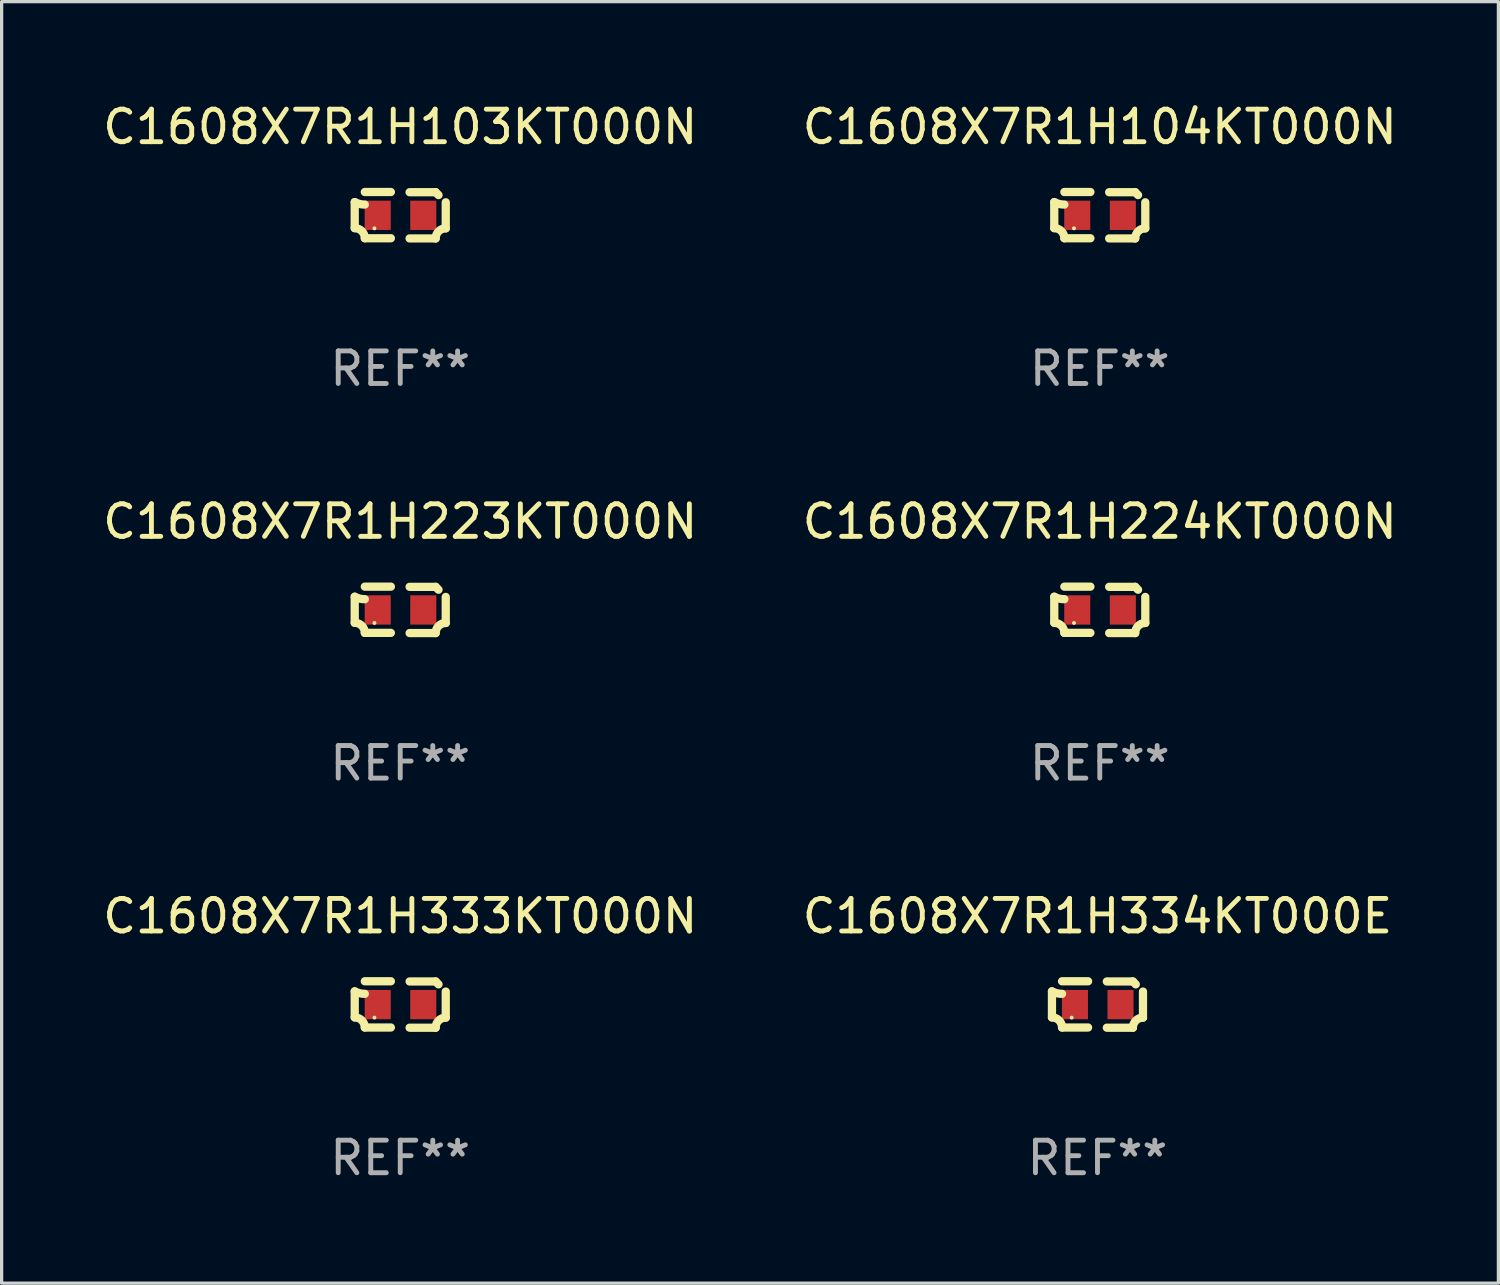
<source format=kicad_pcb>
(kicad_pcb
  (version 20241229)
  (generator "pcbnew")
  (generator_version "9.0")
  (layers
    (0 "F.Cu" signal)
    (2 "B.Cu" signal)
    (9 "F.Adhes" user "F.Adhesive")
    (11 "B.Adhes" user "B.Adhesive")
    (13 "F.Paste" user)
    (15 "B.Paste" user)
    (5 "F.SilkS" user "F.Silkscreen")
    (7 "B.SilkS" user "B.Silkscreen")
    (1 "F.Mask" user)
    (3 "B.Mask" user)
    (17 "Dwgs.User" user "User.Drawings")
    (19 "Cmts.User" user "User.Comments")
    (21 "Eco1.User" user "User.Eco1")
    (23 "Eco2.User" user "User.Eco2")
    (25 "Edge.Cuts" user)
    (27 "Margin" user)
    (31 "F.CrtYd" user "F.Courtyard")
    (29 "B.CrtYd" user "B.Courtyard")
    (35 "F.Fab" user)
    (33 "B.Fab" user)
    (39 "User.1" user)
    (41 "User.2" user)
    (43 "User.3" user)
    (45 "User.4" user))
  (footprint "C1608X7R1H103KT000N"
    (layer "F.Cu")
    (at 9.244 3.561)
    (property "Reference" "C1608X7R1H103KT000N" (at 0 -2.713 0) (layer "F.SilkS") (effects (font (size 1 1) (thickness 0.15))))
    (attr through_hole)
    (fp_line (start -1.398 -0.403) (end -1.398 0.397) (stroke (width 0.254) (type solid)) (layer "F.SilkS"))
    (fp_line (start -0.288 -0.713) (end -1.088 -0.713) (stroke (width 0.254) (type solid)) (layer "F.SilkS"))
    (fp_line (start -0.288 0.707) (end -1.088 0.707) (stroke (width 0.254) (type solid)) (layer "F.SilkS"))
    (fp_line (start 0.288 -0.707) (end 1.088 -0.707) (stroke (width 0.254) (type solid)) (layer "F.SilkS"))
    (fp_line (start 0.288 0.713) (end 1.088 0.713) (stroke (width 0.254) (type solid)) (layer "F.SilkS"))
    (fp_line (start 1.398 -0.397) (end 1.398 0.403) (stroke (width 0.254) (type solid)) (layer "F.SilkS"))
    (fp_arc (start -1.397789 0.397066) (mid -1.178701 0.487826) (end -1.08796 0.706922) (stroke (width 0.254001) (type solid)) (layer "F.SilkS"))
    (fp_arc (start -1.08796 -0.327176) (mid -1.247436 -0.346384) (end -1.39779 -0.402908) (stroke (width 0.254001) (type solid)) (layer "F.SilkS"))
    (fp_arc (start 1.087909 0.712738) (mid 1.178656 0.493655) (end 1.397739 0.402908) (stroke (width 0.254001) (type solid)) (layer "F.SilkS"))
    (fp_arc (start 1.175925 -0.618926) (mid 1.131917 -0.662923) (end 1.08791 -0.706922) (stroke (width 0.254001) (type solid)) (layer "F.SilkS"))
    (fp_circle (center -0.792 0.403) (end -0.762 0.403) (stroke (width 0.06) (type solid)) (fill no) (layer "F.SilkS"))
    (fp_text user "REF**" (at 0 4.713 0) (layer "F.Fab") (effects (font (size 1 1) (thickness 0.15))))
    (pad "1" smd rect (at -0.692 0.003) (size 0.8 0.9) (layers "F.Cu" "F.Mask" "F.Paste"))
    (pad "2" smd rect (at 0.708 0.003) (size 0.8 0.9) (layers "F.Cu" "F.Mask" "F.Paste")))
  (footprint "C1608X7R1H333KT000N"
    (layer "F.Cu")
    (at 9.244 27.805)
    (property "Reference" "C1608X7R1H333KT000N" (at 0 -2.713 0) (layer "F.SilkS") (effects (font (size 1 1) (thickness 0.15))))
    (attr through_hole)
    (fp_line (start -1.398 -0.403) (end -1.398 0.397) (stroke (width 0.254) (type solid)) (layer "F.SilkS"))
    (fp_line (start -0.288 -0.713) (end -1.088 -0.713) (stroke (width 0.254) (type solid)) (layer "F.SilkS"))
    (fp_line (start -0.288 0.707) (end -1.088 0.707) (stroke (width 0.254) (type solid)) (layer "F.SilkS"))
    (fp_line (start 0.288 -0.707) (end 1.088 -0.707) (stroke (width 0.254) (type solid)) (layer "F.SilkS"))
    (fp_line (start 0.288 0.713) (end 1.088 0.713) (stroke (width 0.254) (type solid)) (layer "F.SilkS"))
    (fp_line (start 1.398 -0.397) (end 1.398 0.403) (stroke (width 0.254) (type solid)) (layer "F.SilkS"))
    (fp_arc (start -1.397789 0.397066) (mid -1.178701 0.487826) (end -1.08796 0.706922) (stroke (width 0.254001) (type solid)) (layer "F.SilkS"))
    (fp_arc (start -1.08796 -0.327176) (mid -1.247436 -0.346384) (end -1.39779 -0.402908) (stroke (width 0.254001) (type solid)) (layer "F.SilkS"))
    (fp_arc (start 1.087909 0.712738) (mid 1.178656 0.493655) (end 1.397739 0.402908) (stroke (width 0.254001) (type solid)) (layer "F.SilkS"))
    (fp_arc (start 1.175925 -0.618926) (mid 1.131917 -0.662923) (end 1.08791 -0.706922) (stroke (width 0.254001) (type solid)) (layer "F.SilkS"))
    (fp_circle (center -0.792 0.403) (end -0.762 0.403) (stroke (width 0.06) (type solid)) (fill no) (layer "F.SilkS"))
    (fp_text user "REF**" (at 0 4.713 0) (layer "F.Fab") (effects (font (size 1 1) (thickness 0.15))))
    (pad "1" smd rect (at -0.692 0.003) (size 0.8 0.9) (layers "F.Cu" "F.Mask" "F.Paste"))
    (pad "2" smd rect (at 0.708 0.003) (size 0.8 0.9) (layers "F.Cu" "F.Mask" "F.Paste")))
  (footprint "C1608X7R1H223KT000N"
    (layer "F.Cu")
    (at 9.244 15.683)
    (property "Reference" "C1608X7R1H223KT000N" (at 0 -2.713 0) (layer "F.SilkS") (effects (font (size 1 1) (thickness 0.15))))
    (attr through_hole)
    (fp_line (start -1.398 -0.403) (end -1.398 0.397) (stroke (width 0.254) (type solid)) (layer "F.SilkS"))
    (fp_line (start -0.288 -0.713) (end -1.088 -0.713) (stroke (width 0.254) (type solid)) (layer "F.SilkS"))
    (fp_line (start -0.288 0.707) (end -1.088 0.707) (stroke (width 0.254) (type solid)) (layer "F.SilkS"))
    (fp_line (start 0.288 -0.707) (end 1.088 -0.707) (stroke (width 0.254) (type solid)) (layer "F.SilkS"))
    (fp_line (start 0.288 0.713) (end 1.088 0.713) (stroke (width 0.254) (type solid)) (layer "F.SilkS"))
    (fp_line (start 1.398 -0.397) (end 1.398 0.403) (stroke (width 0.254) (type solid)) (layer "F.SilkS"))
    (fp_arc (start -1.397789 0.397066) (mid -1.178701 0.487826) (end -1.08796 0.706922) (stroke (width 0.254001) (type solid)) (layer "F.SilkS"))
    (fp_arc (start -1.08796 -0.327176) (mid -1.247436 -0.346384) (end -1.39779 -0.402908) (stroke (width 0.254001) (type solid)) (layer "F.SilkS"))
    (fp_arc (start 1.087909 0.712738) (mid 1.178656 0.493655) (end 1.397739 0.402908) (stroke (width 0.254001) (type solid)) (layer "F.SilkS"))
    (fp_arc (start 1.175925 -0.618926) (mid 1.131917 -0.662923) (end 1.08791 -0.706922) (stroke (width 0.254001) (type solid)) (layer "F.SilkS"))
    (fp_circle (center -0.792 0.403) (end -0.762 0.403) (stroke (width 0.06) (type solid)) (fill no) (layer "F.SilkS"))
    (fp_text user "REF**" (at 0 4.713 0) (layer "F.Fab") (effects (font (size 1 1) (thickness 0.15))))
    (pad "1" smd rect (at -0.692 0.003) (size 0.8 0.9) (layers "F.Cu" "F.Mask" "F.Paste"))
    (pad "2" smd rect (at 0.708 0.003) (size 0.8 0.9) (layers "F.Cu" "F.Mask" "F.Paste")))
  (footprint "C1608X7R1H224KT000N"
    (layer "F.Cu")
    (at 30.732 15.683)
    (property "Reference" "C1608X7R1H224KT000N" (at 0 -2.713 0) (layer "F.SilkS") (effects (font (size 1 1) (thickness 0.15))))
    (attr through_hole)
    (fp_line (start -1.398 -0.403) (end -1.398 0.397) (stroke (width 0.254) (type solid)) (layer "F.SilkS"))
    (fp_line (start -0.288 -0.713) (end -1.088 -0.713) (stroke (width 0.254) (type solid)) (layer "F.SilkS"))
    (fp_line (start -0.288 0.707) (end -1.088 0.707) (stroke (width 0.254) (type solid)) (layer "F.SilkS"))
    (fp_line (start 0.288 -0.707) (end 1.088 -0.707) (stroke (width 0.254) (type solid)) (layer "F.SilkS"))
    (fp_line (start 0.288 0.713) (end 1.088 0.713) (stroke (width 0.254) (type solid)) (layer "F.SilkS"))
    (fp_line (start 1.398 -0.397) (end 1.398 0.403) (stroke (width 0.254) (type solid)) (layer "F.SilkS"))
    (fp_arc (start -1.397789 0.397066) (mid -1.178701 0.487826) (end -1.08796 0.706922) (stroke (width 0.254001) (type solid)) (layer "F.SilkS"))
    (fp_arc (start -1.08796 -0.327176) (mid -1.247436 -0.346384) (end -1.39779 -0.402908) (stroke (width 0.254001) (type solid)) (layer "F.SilkS"))
    (fp_arc (start 1.087909 0.712738) (mid 1.178656 0.493655) (end 1.397739 0.402908) (stroke (width 0.254001) (type solid)) (layer "F.SilkS"))
    (fp_arc (start 1.175925 -0.618926) (mid 1.131917 -0.662923) (end 1.08791 -0.706922) (stroke (width 0.254001) (type solid)) (layer "F.SilkS"))
    (fp_circle (center -0.792 0.403) (end -0.762 0.403) (stroke (width 0.06) (type solid)) (fill no) (layer "F.SilkS"))
    (fp_text user "REF**" (at 0 4.713 0) (layer "F.Fab") (effects (font (size 1 1) (thickness 0.15))))
    (pad "1" smd rect (at -0.692 0.003) (size 0.8 0.9) (layers "F.Cu" "F.Mask" "F.Paste"))
    (pad "2" smd rect (at 0.708 0.003) (size 0.8 0.9) (layers "F.Cu" "F.Mask" "F.Paste")))
  (footprint "C1608X7R1H104KT000N"
    (layer "F.Cu")
    (at 30.732 3.561)
    (property "Reference" "C1608X7R1H104KT000N" (at 0 -2.713 0) (layer "F.SilkS") (effects (font (size 1 1) (thickness 0.15))))
    (attr through_hole)
    (fp_line (start -1.398 -0.403) (end -1.398 0.397) (stroke (width 0.254) (type solid)) (layer "F.SilkS"))
    (fp_line (start -0.288 -0.713) (end -1.088 -0.713) (stroke (width 0.254) (type solid)) (layer "F.SilkS"))
    (fp_line (start -0.288 0.707) (end -1.088 0.707) (stroke (width 0.254) (type solid)) (layer "F.SilkS"))
    (fp_line (start 0.288 -0.707) (end 1.088 -0.707) (stroke (width 0.254) (type solid)) (layer "F.SilkS"))
    (fp_line (start 0.288 0.713) (end 1.088 0.713) (stroke (width 0.254) (type solid)) (layer "F.SilkS"))
    (fp_line (start 1.398 -0.397) (end 1.398 0.403) (stroke (width 0.254) (type solid)) (layer "F.SilkS"))
    (fp_arc (start -1.397789 0.397066) (mid -1.178701 0.487826) (end -1.08796 0.706922) (stroke (width 0.254001) (type solid)) (layer "F.SilkS"))
    (fp_arc (start -1.08796 -0.327176) (mid -1.247436 -0.346384) (end -1.39779 -0.402908) (stroke (width 0.254001) (type solid)) (layer "F.SilkS"))
    (fp_arc (start 1.087909 0.712738) (mid 1.178656 0.493655) (end 1.397739 0.402908) (stroke (width 0.254001) (type solid)) (layer "F.SilkS"))
    (fp_arc (start 1.175925 -0.618926) (mid 1.131917 -0.662923) (end 1.08791 -0.706922) (stroke (width 0.254001) (type solid)) (layer "F.SilkS"))
    (fp_circle (center -0.792 0.403) (end -0.762 0.403) (stroke (width 0.06) (type solid)) (fill no) (layer "F.SilkS"))
    (fp_text user "REF**" (at 0 4.713 0) (layer "F.Fab") (effects (font (size 1 1) (thickness 0.15))))
    (pad "1" smd rect (at -0.692 0.003) (size 0.8 0.9) (layers "F.Cu" "F.Mask" "F.Paste"))
    (pad "2" smd rect (at 0.708 0.003) (size 0.8 0.9) (layers "F.Cu" "F.Mask" "F.Paste")))
  (footprint "C1608X7R1H334KT000E"
    (layer "F.Cu")
    (at 30.661 27.805)
    (property "Reference" "C1608X7R1H334KT000E" (at 0 -2.713 0) (layer "F.SilkS") (effects (font (size 1 1) (thickness 0.15))))
    (attr through_hole)
    (fp_line (start -1.398 -0.403) (end -1.398 0.397) (stroke (width 0.254) (type solid)) (layer "F.SilkS"))
    (fp_line (start -0.288 -0.713) (end -1.088 -0.713) (stroke (width 0.254) (type solid)) (layer "F.SilkS"))
    (fp_line (start -0.288 0.707) (end -1.088 0.707) (stroke (width 0.254) (type solid)) (layer "F.SilkS"))
    (fp_line (start 0.288 -0.707) (end 1.088 -0.707) (stroke (width 0.254) (type solid)) (layer "F.SilkS"))
    (fp_line (start 0.288 0.713) (end 1.088 0.713) (stroke (width 0.254) (type solid)) (layer "F.SilkS"))
    (fp_line (start 1.398 -0.397) (end 1.398 0.403) (stroke (width 0.254) (type solid)) (layer "F.SilkS"))
    (fp_arc (start -1.397789 0.397066) (mid -1.178701 0.487826) (end -1.08796 0.706922) (stroke (width 0.254001) (type solid)) (layer "F.SilkS"))
    (fp_arc (start -1.08796 -0.327176) (mid -1.247436 -0.346384) (end -1.39779 -0.402908) (stroke (width 0.254001) (type solid)) (layer "F.SilkS"))
    (fp_arc (start 1.087909 0.712738) (mid 1.178656 0.493655) (end 1.397739 0.402908) (stroke (width 0.254001) (type solid)) (layer "F.SilkS"))
    (fp_arc (start 1.175925 -0.618926) (mid 1.131917 -0.662923) (end 1.08791 -0.706922) (stroke (width 0.254001) (type solid)) (layer "F.SilkS"))
    (fp_circle (center -0.792 0.403) (end -0.762 0.403) (stroke (width 0.06) (type solid)) (fill no) (layer "F.SilkS"))
    (fp_text user "REF**" (at 0 4.713 0) (layer "F.Fab") (effects (font (size 1 1) (thickness 0.15))))
    (pad "1" smd rect (at -0.692 0.003) (size 0.8 0.9) (layers "F.Cu" "F.Mask" "F.Paste"))
    (pad "2" smd rect (at 0.708 0.003) (size 0.8 0.9) (layers "F.Cu" "F.Mask" "F.Paste")))
  (gr_rect
    (start -3 -3)
    (end 42.976 36.366)
    (stroke (width 0.1) (type default))
    (fill no)
    (layer "Edge.Cuts")))
</source>
